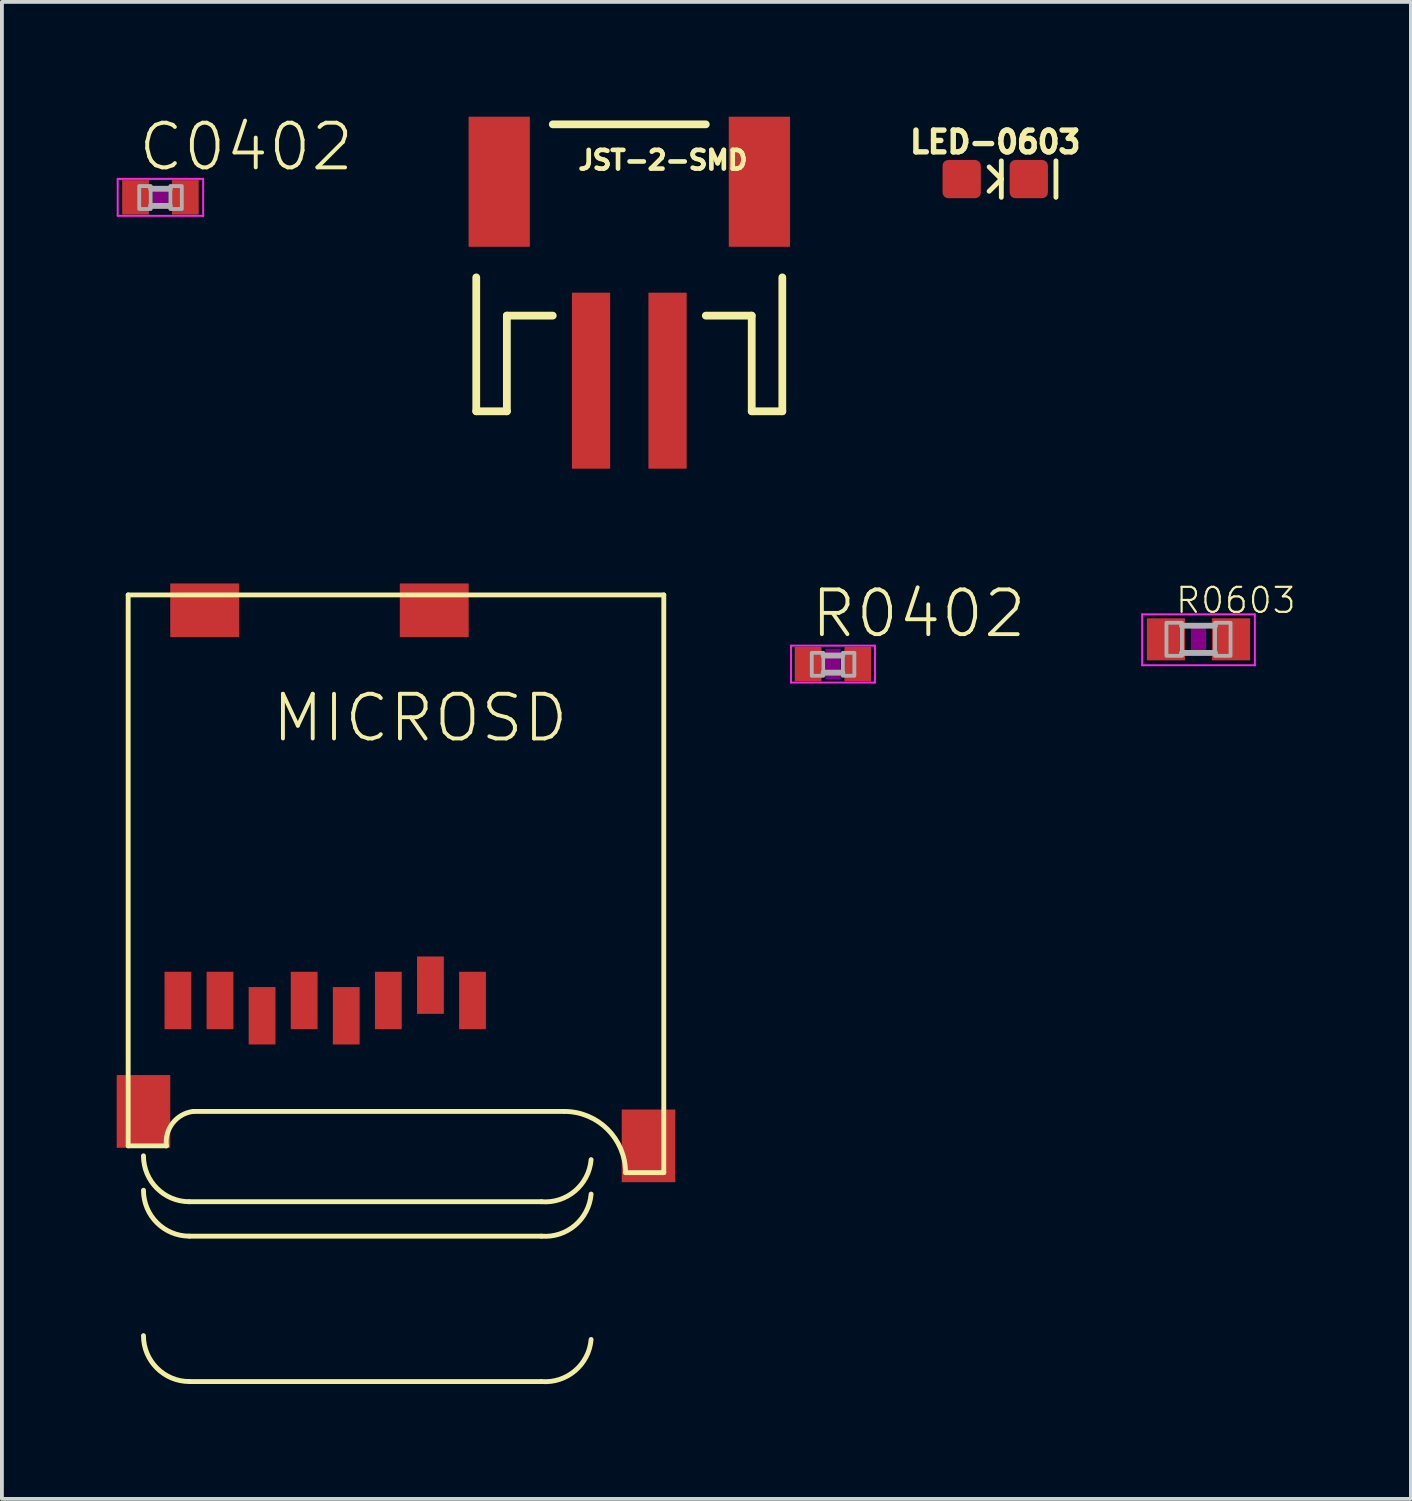
<source format=kicad_pcb>
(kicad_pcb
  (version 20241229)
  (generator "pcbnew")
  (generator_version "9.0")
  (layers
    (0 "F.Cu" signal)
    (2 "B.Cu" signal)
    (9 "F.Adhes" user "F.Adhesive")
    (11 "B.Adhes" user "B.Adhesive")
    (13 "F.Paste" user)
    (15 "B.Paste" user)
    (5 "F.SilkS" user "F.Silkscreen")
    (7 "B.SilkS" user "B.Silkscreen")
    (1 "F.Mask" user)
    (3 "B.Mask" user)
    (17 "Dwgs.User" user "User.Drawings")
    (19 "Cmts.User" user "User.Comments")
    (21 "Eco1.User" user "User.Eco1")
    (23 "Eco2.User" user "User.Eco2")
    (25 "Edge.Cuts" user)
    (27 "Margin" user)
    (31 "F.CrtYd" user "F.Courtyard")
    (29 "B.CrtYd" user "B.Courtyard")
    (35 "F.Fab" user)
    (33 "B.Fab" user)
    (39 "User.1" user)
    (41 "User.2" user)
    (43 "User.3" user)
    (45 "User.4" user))
  (footprint "MICROSD"
    (layer "F.Cu")
    (at 0.3 12.46)
    (property "Reference" "MICROSD" (at 3.7 3.94 0) (unlocked yes) (layer "F.SilkS") (effects (font (size 1.168 1.168) (thickness 0.102)) (justify left bottom)))
    (fp_line (start 0 0.04) (end 0 14.44) (stroke (width 0.127) (type solid)) (layer "F.SilkS"))
    (fp_line (start 0 14.44) (end 1 14.44) (stroke (width 0.127) (type solid)) (layer "F.SilkS"))
    (fp_line (start 1.6 15.9) (end 10.8 15.9) (stroke (width 0.127) (type solid)) (layer "F.SilkS"))
    (fp_line (start 1.6 16.8) (end 10.8 16.8) (stroke (width 0.127) (type solid)) (layer "F.SilkS"))
    (fp_line (start 1.6 20.6) (end 10.8 20.6) (stroke (width 0.127) (type solid)) (layer "F.SilkS"))
    (fp_line (start 1.7 13.54) (end 11.4 13.54) (stroke (width 0.127) (type solid)) (layer "F.SilkS"))
    (fp_line (start 13 15.14) (end 14 15.14) (stroke (width 0.127) (type solid)) (layer "F.SilkS"))
    (fp_line (start 14 0.04) (end 0 0.04) (stroke (width 0.127) (type solid)) (layer "F.SilkS"))
    (fp_line (start 14 15.14) (end 14 0.04) (stroke (width 0.127) (type solid)) (layer "F.SilkS"))
    (fp_arc (start 1 14.44) (mid 1.163604 13.845025) (end 1.7 13.54) (stroke (width 0.127) (type solid)) (layer "F.SilkS"))
    (fp_arc (start 1.6 15.9) (mid 0.751472 15.548528) (end 0.4 14.7) (stroke (width 0.127) (type solid)) (layer "F.SilkS"))
    (fp_arc (start 1.6 16.8) (mid 0.751472 16.448528) (end 0.4 15.6) (stroke (width 0.127) (type solid)) (layer "F.SilkS"))
    (fp_arc (start 1.6 20.6) (mid 0.751472 20.248528) (end 0.4 19.4) (stroke (width 0.127) (type solid)) (layer "F.SilkS"))
    (fp_arc (start 11.4 13.54) (mid 12.531371 14.008629) (end 13 15.14) (stroke (width 0.127) (type solid)) (layer "F.SilkS"))
    (fp_arc (start 12.1 14.8) (mid 11.677817 15.619239) (end 10.8 15.9) (stroke (width 0.127) (type solid)) (layer "F.SilkS"))
    (fp_arc (start 12.1 15.7) (mid 11.677817 16.519239) (end 10.8 16.8) (stroke (width 0.127) (type solid)) (layer "F.SilkS"))
    (fp_arc (start 12.1 19.5) (mid 11.677817 20.319239) (end 10.8 20.6) (stroke (width 0.127) (type solid)) (layer "F.SilkS"))
    (pad "1" smd rect (at 9 10.64) (size 0.7 1.5) (layers "F.Cu" "F.Mask" "F.Paste"))
    (pad "2" smd rect (at 7.9 10.24) (size 0.7 1.5) (layers "F.Cu" "F.Mask" "F.Paste"))
    (pad "3" smd rect (at 6.8 10.64) (size 0.7 1.5) (layers "F.Cu" "F.Mask" "F.Paste"))
    (pad "4" smd rect (at 5.7 11.04) (size 0.7 1.5) (layers "F.Cu" "F.Mask" "F.Paste"))
    (pad "5" smd rect (at 4.6 10.64) (size 0.7 1.5) (layers "F.Cu" "F.Mask" "F.Paste"))
    (pad "6" smd rect (at 3.5 11.04) (size 0.7 1.5) (layers "F.Cu" "F.Mask" "F.Paste"))
    (pad "7" smd rect (at 2.4 10.64) (size 0.7 1.5) (layers "F.Cu" "F.Mask" "F.Paste"))
    (pad "8" smd rect (at 1.3 10.64) (size 0.7 1.5) (layers "F.Cu" "F.Mask" "F.Paste"))
    (pad "CD1" smd rect (at 2 0.44 90) (size 1.4 1.8) (layers "F.Cu" "F.Mask" "F.Paste"))
    (pad "CD2" smd rect (at 8 0.44 90) (size 1.4 1.8) (layers "F.Cu" "F.Mask" "F.Paste"))
    (pad "MT1" smd rect (at 0.4 13.54) (size 1.4 1.9) (layers "F.Cu" "F.Mask" "F.Paste"))
    (pad "MT2" smd rect (at 13.6 14.44) (size 1.4 1.9) (layers "F.Cu" "F.Mask" "F.Paste")))
  (footprint "R0402"
    (layer "F.Cu")
    (at 18.722 14.308)
    (property "Reference" "R0402" (at -0.635 -0.635 0) (unlocked yes) (layer "F.SilkS") (effects (font (size 1.168 1.168) (thickness 0.102)) (justify left bottom)))
    (fp_poly (pts (xy -0.2 0.4) (xy 0.2 0.4) (xy 0.2 -0.4) (xy -0.2 -0.4)) (stroke (width 0) (type default)) (fill yes) (layer "F.Adhes"))
    (fp_line (start -1.097 -0.483) (end 1.097 -0.483) (stroke (width 0.051) (type solid)) (layer "F.CrtYd"))
    (fp_line (start -1.097 0.483) (end -1.097 -0.483) (stroke (width 0.051) (type solid)) (layer "F.CrtYd"))
    (fp_line (start 1.097 -0.483) (end 1.097 0.483) (stroke (width 0.051) (type solid)) (layer "F.CrtYd"))
    (fp_line (start 1.097 0.483) (end -1.097 0.483) (stroke (width 0.051) (type solid)) (layer "F.CrtYd"))
    (fp_line (start -0.245 -0.224) (end 0.245 -0.224) (stroke (width 0.152) (type solid)) (layer "F.Fab"))
    (fp_line (start 0.245 0.224) (end -0.245 0.224) (stroke (width 0.152) (type solid)) (layer "F.Fab"))
    (fp_poly (pts (xy -0.554 0.305) (xy -0.254 0.305) (xy -0.254 -0.295) (xy -0.554 -0.295)) (stroke (width 0.1) (type default)) (fill no) (layer "F.Fab"))
    (fp_poly (pts (xy 0.259 0.305) (xy 0.559 0.305) (xy 0.559 -0.295) (xy 0.259 -0.295)) (stroke (width 0.1) (type default)) (fill no) (layer "F.Fab"))
    (pad "1" smd rect (at -0.65 0) (size 0.7 0.9) (layers "F.Cu" "F.Mask" "F.Paste"))
    (pad "2" smd rect (at 0.65 0) (size 0.7 0.9) (layers "F.Cu" "F.Mask" "F.Paste")))
  (footprint "R0603"
    (layer "F.Cu")
    (at 28.276 13.66)
    (property "Reference" "R0603" (at -0.635 -0.635 0) (unlocked yes) (layer "F.SilkS") (effects (font (size 0.654 0.654) (thickness 0.057)) (justify left bottom)))
    (fp_poly (pts (xy -0.2 0.4) (xy 0.2 0.4) (xy 0.2 -0.4) (xy -0.2 -0.4)) (stroke (width 0) (type default)) (fill yes) (layer "F.Adhes"))
    (fp_line (start -1.473 -0.653) (end 1.473 -0.653) (stroke (width 0.051) (type solid)) (layer "F.CrtYd"))
    (fp_line (start -1.473 0.678) (end -1.473 -0.653) (stroke (width 0.051) (type solid)) (layer "F.CrtYd"))
    (fp_line (start 1.473 -0.653) (end 1.473 0.678) (stroke (width 0.051) (type solid)) (layer "F.CrtYd"))
    (fp_line (start 1.473 0.678) (end -1.473 0.678) (stroke (width 0.051) (type solid)) (layer "F.CrtYd"))
    (fp_line (start -0.432 0.356) (end 0.432 0.356) (stroke (width 0.152) (type solid)) (layer "F.Fab"))
    (fp_line (start 0.432 -0.356) (end -0.432 -0.356) (stroke (width 0.152) (type solid)) (layer "F.Fab"))
    (fp_poly (pts (xy -0.838 0.432) (xy -0.432 0.432) (xy -0.432 -0.432) (xy -0.838 -0.432)) (stroke (width 0.1) (type default)) (fill no) (layer "F.Fab"))
    (fp_poly (pts (xy 0.432 0.432) (xy 0.838 0.432) (xy 0.838 -0.432) (xy 0.432 -0.432)) (stroke (width 0.1) (type default)) (fill no) (layer "F.Fab"))
    (pad "1" smd rect (at -0.85 0) (size 1 1.1) (layers "F.Cu" "F.Mask" "F.Paste"))
    (pad "2" smd rect (at 0.85 0) (size 1 1.1) (layers "F.Cu" "F.Mask" "F.Paste")))
  (footprint "LED-0603"
    (layer "F.Cu")
    (at 22.963 1.631)
    (property "Reference" "LED-0603" (at 0 -0.635 0) (unlocked yes) (layer "F.SilkS") (effects (font (size 0.569 0.569) (thickness 0.142)) (justify bottom)))
    (fp_line (start 0.159 -0.476) (end 0.159 0) (stroke (width 0.127) (type solid)) (layer "F.SilkS"))
    (fp_line (start 0.159 0) (end -0.159 -0.318) (stroke (width 0.127) (type solid)) (layer "F.SilkS"))
    (fp_line (start 0.159 0) (end -0.159 0.318) (stroke (width 0.127) (type solid)) (layer "F.SilkS"))
    (fp_line (start 0.159 0) (end 0.159 0.476) (stroke (width 0.127) (type solid)) (layer "F.SilkS"))
    (fp_line (start 1.587 -0.476) (end 1.587 0.476) (stroke (width 0.127) (type solid)) (layer "F.SilkS"))
    (pad "A" smd roundrect (at -0.877 0 270) (size 1 1) (layers "F.Cu" "F.Mask" "F.Paste") (roundrect_rratio 0.15))
    (pad "C" smd roundrect (at 0.877 0 270) (size 1 1) (layers "F.Cu" "F.Mask" "F.Paste") (roundrect_rratio 0.15)))
  (footprint "JST-2-SMD"
    (layer "F.Cu")
    (at 13.398 3.2)
    (property "Reference" "JST-2-SMD" (at -1.397 -1.778 0) (unlocked yes) (layer "F.SilkS") (effects (font (size 0.488 0.488) (thickness 0.122)) (justify left bottom)))
    (fp_line (start -4 1) (end -4 4.5) (stroke (width 0.203) (type solid)) (layer "F.SilkS"))
    (fp_line (start -4 4.5) (end -3.2 4.5) (stroke (width 0.203) (type solid)) (layer "F.SilkS"))
    (fp_line (start -3.2 2) (end -2 2) (stroke (width 0.203) (type solid)) (layer "F.SilkS"))
    (fp_line (start -3.2 4.5) (end -3.2 2) (stroke (width 0.203) (type solid)) (layer "F.SilkS"))
    (fp_line (start 2 -3) (end -2 -3) (stroke (width 0.203) (type solid)) (layer "F.SilkS"))
    (fp_line (start 2 2) (end 3.2 2) (stroke (width 0.203) (type solid)) (layer "F.SilkS"))
    (fp_line (start 3.2 2) (end 3.2 4.5) (stroke (width 0.203) (type solid)) (layer "F.SilkS"))
    (fp_line (start 3.2 4.5) (end 4 4.5) (stroke (width 0.203) (type solid)) (layer "F.SilkS"))
    (fp_line (start 4 4.5) (end 4 1) (stroke (width 0.203) (type solid)) (layer "F.SilkS"))
    (pad "1" smd rect (at -1 3.7) (size 1 4.6) (layers "F.Cu" "F.Mask" "F.Paste"))
    (pad "2" smd rect (at 1 3.7) (size 1 4.6) (layers "F.Cu" "F.Mask" "F.Paste"))
    (pad "NC1" smd rect (at -3.4 -1.5 90) (size 3.4 1.6) (layers "F.Cu" "F.Mask" "F.Paste"))
    (pad "NC2" smd rect (at 3.4 -1.5 90) (size 3.4 1.6) (layers "F.Cu" "F.Mask" "F.Paste")))
  (footprint "C0402"
    (layer "F.Cu")
    (at 1.143 2.108)
    (property "Reference" "C0402" (at -0.635 -0.635 0) (unlocked yes) (layer "F.SilkS") (effects (font (size 1.168 1.168) (thickness 0.102)) (justify left bottom)))
    (fp_poly (pts (xy -0.2 0.3) (xy 0.2 0.3) (xy 0.2 -0.3) (xy -0.2 -0.3)) (stroke (width 0) (type default)) (fill yes) (layer "F.Adhes"))
    (fp_line (start -1.117 -0.483) (end 1.117 -0.483) (stroke (width 0.051) (type solid)) (layer "F.CrtYd"))
    (fp_line (start -1.117 0.483) (end -1.117 -0.483) (stroke (width 0.051) (type solid)) (layer "F.CrtYd"))
    (fp_line (start 1.117 -0.483) (end 1.117 0.483) (stroke (width 0.051) (type solid)) (layer "F.CrtYd"))
    (fp_line (start 1.117 0.483) (end -1.117 0.483) (stroke (width 0.051) (type solid)) (layer "F.CrtYd"))
    (fp_line (start -0.245 -0.224) (end 0.245 -0.224) (stroke (width 0.152) (type solid)) (layer "F.Fab"))
    (fp_line (start 0.245 0.224) (end -0.245 0.224) (stroke (width 0.152) (type solid)) (layer "F.Fab"))
    (fp_poly (pts (xy -0.554 0.305) (xy -0.254 0.305) (xy -0.254 -0.295) (xy -0.554 -0.295)) (stroke (width 0.1) (type default)) (fill no) (layer "F.Fab"))
    (fp_poly (pts (xy 0.259 0.305) (xy 0.559 0.305) (xy 0.559 -0.295) (xy 0.259 -0.295)) (stroke (width 0.1) (type default)) (fill no) (layer "F.Fab"))
    (pad "1" smd rect (at -0.65 0) (size 0.7 0.9) (layers "F.Cu" "F.Mask" "F.Paste"))
    (pad "2" smd rect (at 0.65 0) (size 0.7 0.9) (layers "F.Cu" "F.Mask" "F.Paste")))
  (gr_rect
    (start -3 -3)
    (end 33.828 36.128)
    (stroke (width 0.1) (type default))
    (fill no)
    (layer "Edge.Cuts")))
</source>
